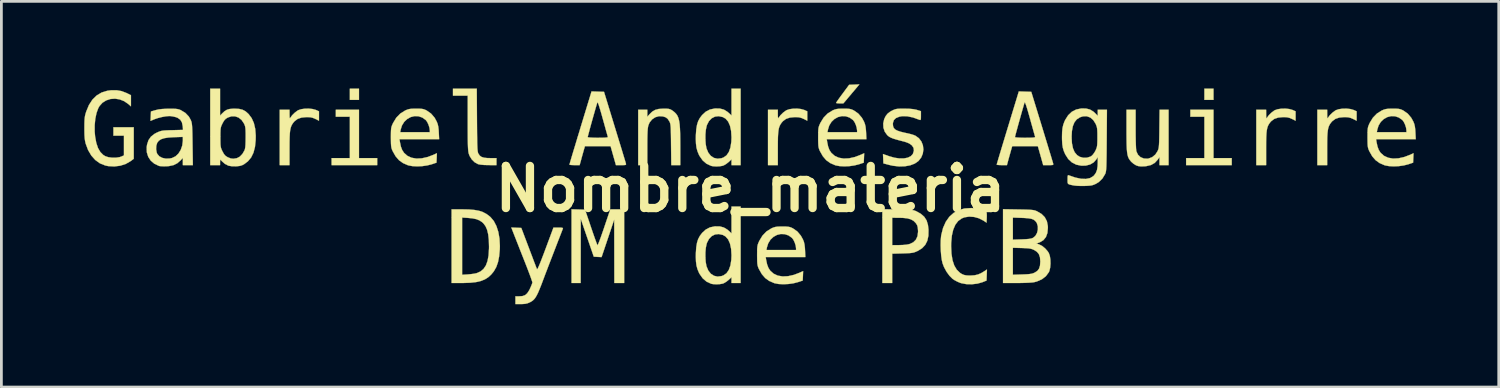
<source format=kicad_pcb>
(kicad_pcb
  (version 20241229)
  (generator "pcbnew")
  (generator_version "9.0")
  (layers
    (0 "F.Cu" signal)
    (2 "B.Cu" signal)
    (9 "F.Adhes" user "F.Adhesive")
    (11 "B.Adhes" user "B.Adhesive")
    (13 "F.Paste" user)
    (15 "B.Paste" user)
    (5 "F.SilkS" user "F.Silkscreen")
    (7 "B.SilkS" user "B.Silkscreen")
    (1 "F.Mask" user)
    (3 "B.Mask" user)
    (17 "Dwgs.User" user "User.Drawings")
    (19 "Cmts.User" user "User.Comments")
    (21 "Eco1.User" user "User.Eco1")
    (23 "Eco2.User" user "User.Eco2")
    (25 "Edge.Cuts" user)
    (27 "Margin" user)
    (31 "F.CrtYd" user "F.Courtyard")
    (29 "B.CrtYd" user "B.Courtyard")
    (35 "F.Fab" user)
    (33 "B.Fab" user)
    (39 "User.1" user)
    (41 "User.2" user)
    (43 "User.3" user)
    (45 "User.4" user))
  (footprint "Nombre_materia"
    (layer "F.Cu")
    (at 24.119 3.792)
    (property "Reference" "Nombre_materia" (at 0 0 0) (layer "F.SilkS") (effects (font (size 1.524 1.524) (thickness 0.3))))
    (attr through_hole)
    (fp_poly (pts (xy -14.173 -3.226) (xy -14.503 -3.226) (xy -14.503 -3.632) (xy -14.173 -3.632) (xy -14.173 -3.226)) (stroke (width 0.01) (type solid)) (fill yes) (layer "F.SilkS"))
    (fp_poly (pts (xy 16.764 -3.226) (xy 16.434 -3.226) (xy 16.434 -3.632) (xy 16.764 -3.632) (xy 16.764 -3.226)) (stroke (width 0.01) (type solid)) (fill yes) (layer "F.SilkS"))
    (fp_poly (pts (xy -14.173 -1.118) (xy -13.513 -1.118) (xy -13.513 -0.864) (xy -15.164 -0.864) (xy -15.164 -1.118) (xy -14.503 -1.118) (xy -14.503 -2.616) (xy -15.011 -2.616) (xy -15.011 -2.87) (xy -14.173 -2.87) (xy -14.173 -1.118)) (stroke (width 0.01) (type solid)) (fill yes) (layer "F.SilkS"))
    (fp_poly (pts (xy 16.764 -1.118) (xy 17.424 -1.118) (xy 17.424 -0.864) (xy 15.773 -0.864) (xy 15.773 -1.118) (xy 16.434 -1.118) (xy 16.434 -2.616) (xy 15.926 -2.616) (xy 15.926 -2.87) (xy 16.764 -2.87) (xy 16.764 -1.118)) (stroke (width 0.01) (type solid)) (fill yes) (layer "F.SilkS"))
    (fp_poly (pts (xy 3.87 -3.7) (xy 3.826 -3.647) (xy 3.758 -3.566) (xy 3.675 -3.468) (xy 3.587 -3.363) (xy 3.581 -3.357) (xy 3.365 -3.1) (xy 3.232 -3.099) (xy 3.158 -3.102) (xy 3.11 -3.11) (xy 3.1 -3.118) (xy 3.115 -3.144) (xy 3.155 -3.203) (xy 3.216 -3.288) (xy 3.291 -3.391) (xy 3.338 -3.454) (xy 3.573 -3.772) (xy 3.758 -3.779) (xy 3.943 -3.787) (xy 3.87 -3.7)) (stroke (width 0.01) (type solid)) (fill yes) (layer "F.SilkS"))
    (fp_poly (pts (xy -5.988 0.749) (xy -5.773 1.384) (xy -5.715 1.555) (xy -5.661 1.71) (xy -5.614 1.842) (xy -5.576 1.945) (xy -5.55 2.013) (xy -5.539 2.039) (xy -5.526 2.022) (xy -5.5 1.961) (xy -5.462 1.865) (xy -5.415 1.738) (xy -5.362 1.586) (xy -5.303 1.416) (xy -5.297 1.398) (xy -5.074 0.737) (xy -4.572 0.737) (xy -4.572 3.404) (xy -4.928 3.404) (xy -4.93 2.254) (xy -4.932 1.105) (xy -5.161 1.786) (xy -5.39 2.466) (xy -5.531 2.459) (xy -5.672 2.451) (xy -5.908 1.765) (xy -6.144 1.079) (xy -6.145 2.242) (xy -6.147 3.404) (xy -6.477 3.404) (xy -6.477 0.735) (xy -5.988 0.749)) (stroke (width 0.01) (type solid)) (fill yes) (layer "F.SilkS"))
    (fp_poly (pts (xy -15.851 -2.895) (xy -15.736 -2.863) (xy -15.728 -2.86) (xy -15.621 -2.812) (xy -15.621 -2.472) (xy -15.754 -2.538) (xy -15.841 -2.575) (xy -15.925 -2.595) (xy -16.027 -2.602) (xy -16.078 -2.602) (xy -16.253 -2.585) (xy -16.393 -2.537) (xy -16.505 -2.453) (xy -16.549 -2.402) (xy -16.59 -2.343) (xy -16.622 -2.282) (xy -16.646 -2.211) (xy -16.664 -2.124) (xy -16.676 -2.014) (xy -16.683 -1.874) (xy -16.687 -1.698) (xy -16.688 -1.477) (xy -16.688 -0.864) (xy -17.043 -0.864) (xy -17.043 -2.87) (xy -16.688 -2.87) (xy -16.687 -2.699) (xy -16.685 -2.611) (xy -16.68 -2.567) (xy -16.669 -2.562) (xy -16.658 -2.578) (xy -16.592 -2.669) (xy -16.499 -2.761) (xy -16.398 -2.837) (xy -16.37 -2.853) (xy -16.267 -2.888) (xy -16.135 -2.907) (xy -15.99 -2.91) (xy -15.851 -2.895)) (stroke (width 0.01) (type solid)) (fill yes) (layer "F.SilkS"))
    (fp_poly (pts (xy 1.827 -2.895) (xy 1.942 -2.863) (xy 1.95 -2.86) (xy 2.057 -2.812) (xy 2.057 -2.472) (xy 1.924 -2.538) (xy 1.837 -2.575) (xy 1.754 -2.595) (xy 1.651 -2.602) (xy 1.6 -2.602) (xy 1.426 -2.585) (xy 1.286 -2.537) (xy 1.174 -2.453) (xy 1.13 -2.402) (xy 1.089 -2.343) (xy 1.057 -2.282) (xy 1.032 -2.211) (xy 1.015 -2.124) (xy 1.003 -2.014) (xy 0.995 -1.874) (xy 0.992 -1.698) (xy 0.991 -1.477) (xy 0.991 -0.864) (xy 0.635 -0.864) (xy 0.635 -2.87) (xy 0.991 -2.87) (xy 0.991 -2.699) (xy 0.993 -2.611) (xy 0.999 -2.567) (xy 1.009 -2.562) (xy 1.02 -2.578) (xy 1.086 -2.669) (xy 1.179 -2.761) (xy 1.281 -2.837) (xy 1.308 -2.853) (xy 1.411 -2.888) (xy 1.544 -2.907) (xy 1.689 -2.91) (xy 1.827 -2.895)) (stroke (width 0.01) (type solid)) (fill yes) (layer "F.SilkS"))
    (fp_poly (pts (xy 19.506 -2.895) (xy 19.62 -2.863) (xy 19.628 -2.86) (xy 19.736 -2.812) (xy 19.736 -2.472) (xy 19.602 -2.538) (xy 19.515 -2.575) (xy 19.432 -2.595) (xy 19.33 -2.602) (xy 19.279 -2.602) (xy 19.104 -2.585) (xy 18.964 -2.537) (xy 18.852 -2.453) (xy 18.808 -2.402) (xy 18.767 -2.343) (xy 18.735 -2.282) (xy 18.711 -2.211) (xy 18.693 -2.124) (xy 18.681 -2.014) (xy 18.674 -1.874) (xy 18.67 -1.698) (xy 18.669 -1.477) (xy 18.669 -0.864) (xy 18.313 -0.864) (xy 18.313 -2.87) (xy 18.669 -2.87) (xy 18.67 -2.699) (xy 18.672 -2.611) (xy 18.677 -2.567) (xy 18.687 -2.562) (xy 18.699 -2.578) (xy 18.765 -2.669) (xy 18.858 -2.761) (xy 18.959 -2.837) (xy 18.986 -2.853) (xy 19.089 -2.888) (xy 19.222 -2.907) (xy 19.367 -2.91) (xy 19.506 -2.895)) (stroke (width 0.01) (type solid)) (fill yes) (layer "F.SilkS"))
    (fp_poly (pts (xy 21.716 -2.895) (xy 21.83 -2.863) (xy 21.838 -2.86) (xy 21.946 -2.812) (xy 21.946 -2.472) (xy 21.812 -2.538) (xy 21.725 -2.575) (xy 21.642 -2.595) (xy 21.54 -2.602) (xy 21.488 -2.602) (xy 21.314 -2.585) (xy 21.174 -2.537) (xy 21.062 -2.453) (xy 21.018 -2.402) (xy 20.977 -2.343) (xy 20.945 -2.282) (xy 20.92 -2.211) (xy 20.903 -2.124) (xy 20.891 -2.014) (xy 20.883 -1.874) (xy 20.88 -1.698) (xy 20.879 -1.477) (xy 20.879 -0.864) (xy 20.523 -0.864) (xy 20.523 -2.87) (xy 20.879 -2.87) (xy 20.88 -2.699) (xy 20.881 -2.611) (xy 20.887 -2.567) (xy 20.897 -2.562) (xy 20.908 -2.578) (xy 20.974 -2.669) (xy 21.068 -2.761) (xy 21.169 -2.837) (xy 21.196 -2.853) (xy 21.299 -2.888) (xy 21.432 -2.907) (xy 21.577 -2.91) (xy 21.716 -2.895)) (stroke (width 0.01) (type solid)) (fill yes) (layer "F.SilkS"))
    (fp_poly (pts (xy -9.901 -2.496) (xy -9.899 -2.223) (xy -9.897 -1.997) (xy -9.894 -1.812) (xy -9.892 -1.664) (xy -9.888 -1.548) (xy -9.884 -1.459) (xy -9.878 -1.393) (xy -9.871 -1.345) (xy -9.863 -1.311) (xy -9.853 -1.286) (xy -9.848 -1.277) (xy -9.799 -1.207) (xy -9.733 -1.16) (xy -9.642 -1.132) (xy -9.516 -1.119) (xy -9.425 -1.118) (xy -9.195 -1.118) (xy -9.195 -0.864) (xy -9.481 -0.865) (xy -9.641 -0.869) (xy -9.771 -0.881) (xy -9.861 -0.899) (xy -9.868 -0.902) (xy -9.985 -0.967) (xy -10.089 -1.07) (xy -10.168 -1.197) (xy -10.196 -1.272) (xy -10.207 -1.314) (xy -10.215 -1.368) (xy -10.222 -1.438) (xy -10.227 -1.529) (xy -10.231 -1.646) (xy -10.234 -1.796) (xy -10.235 -1.982) (xy -10.236 -2.21) (xy -10.236 -2.392) (xy -10.236 -3.378) (xy -10.77 -3.378) (xy -10.77 -3.632) (xy -9.908 -3.632) (xy -9.901 -2.496)) (stroke (width 0.01) (type solid)) (fill yes) (layer "F.SilkS"))
    (fp_poly (pts (xy 13.945 -2.165) (xy 13.946 -1.942) (xy 13.949 -1.747) (xy 13.954 -1.585) (xy 13.96 -1.462) (xy 13.968 -1.382) (xy 13.973 -1.361) (xy 14.03 -1.24) (xy 14.121 -1.153) (xy 14.239 -1.104) (xy 14.376 -1.097) (xy 14.412 -1.103) (xy 14.545 -1.153) (xy 14.657 -1.246) (xy 14.732 -1.359) (xy 14.751 -1.398) (xy 14.766 -1.436) (xy 14.777 -1.478) (xy 14.785 -1.532) (xy 14.791 -1.605) (xy 14.796 -1.702) (xy 14.799 -1.831) (xy 14.802 -1.999) (xy 14.804 -2.178) (xy 14.812 -2.87) (xy 15.138 -2.87) (xy 15.138 -0.864) (xy 14.808 -0.864) (xy 14.808 -1.155) (xy 14.744 -1.061) (xy 14.637 -0.945) (xy 14.498 -0.867) (xy 14.324 -0.826) (xy 14.252 -0.82) (xy 14.133 -0.818) (xy 14.046 -0.828) (xy 13.972 -0.852) (xy 13.957 -0.859) (xy 13.875 -0.909) (xy 13.794 -0.978) (xy 13.774 -0.999) (xy 13.732 -1.051) (xy 13.698 -1.104) (xy 13.671 -1.165) (xy 13.651 -1.239) (xy 13.636 -1.333) (xy 13.625 -1.452) (xy 13.619 -1.602) (xy 13.616 -1.788) (xy 13.614 -2.018) (xy 13.614 -2.113) (xy 13.614 -2.87) (xy 13.945 -2.87) (xy 13.945 -2.165)) (stroke (width 0.01) (type solid)) (fill yes) (layer "F.SilkS"))
    (fp_poly (pts (xy -3.035 -2.907) (xy -2.961 -2.9) (xy -2.905 -2.885) (xy -2.853 -2.857) (xy -2.816 -2.832) (xy -2.747 -2.778) (xy -2.691 -2.721) (xy -2.645 -2.654) (xy -2.61 -2.573) (xy -2.583 -2.471) (xy -2.564 -2.344) (xy -2.552 -2.185) (xy -2.544 -1.99) (xy -2.541 -1.753) (xy -2.54 -1.581) (xy -2.54 -0.864) (xy -2.866 -0.864) (xy -2.875 -1.607) (xy -2.877 -1.821) (xy -2.88 -1.992) (xy -2.883 -2.124) (xy -2.887 -2.223) (xy -2.893 -2.297) (xy -2.901 -2.351) (xy -2.911 -2.391) (xy -2.924 -2.424) (xy -2.938 -2.451) (xy -2.998 -2.541) (xy -3.069 -2.595) (xy -3.17 -2.628) (xy -3.17 -2.628) (xy -3.313 -2.635) (xy -3.446 -2.597) (xy -3.562 -2.519) (xy -3.652 -2.407) (xy -3.696 -2.304) (xy -3.708 -2.25) (xy -3.718 -2.178) (xy -3.725 -2.082) (xy -3.73 -1.956) (xy -3.733 -1.794) (xy -3.734 -1.59) (xy -3.734 -1.519) (xy -3.734 -0.864) (xy -4.064 -0.864) (xy -4.064 -2.87) (xy -3.734 -2.87) (xy -3.734 -2.614) (xy -3.654 -2.706) (xy -3.555 -2.801) (xy -3.449 -2.863) (xy -3.322 -2.897) (xy -3.162 -2.908) (xy -3.145 -2.908) (xy -3.035 -2.907)) (stroke (width 0.01) (type solid)) (fill yes) (layer "F.SilkS"))
    (fp_poly (pts (xy -10.433 0.737) (xy -10.191 0.742) (xy -9.991 0.759) (xy -9.824 0.79) (xy -9.683 0.838) (xy -9.558 0.904) (xy -9.443 0.99) (xy -9.408 1.021) (xy -9.291 1.161) (xy -9.197 1.342) (xy -9.128 1.556) (xy -9.086 1.798) (xy -9.072 2.063) (xy -9.075 2.186) (xy -9.098 2.436) (xy -9.139 2.646) (xy -9.201 2.823) (xy -9.288 2.977) (xy -9.38 3.091) (xy -9.49 3.193) (xy -9.615 3.272) (xy -9.761 3.331) (xy -9.935 3.371) (xy -10.144 3.394) (xy -10.395 3.403) (xy -10.433 3.403) (xy -10.82 3.404) (xy -10.82 3.106) (xy -10.439 3.106) (xy -10.23 3.093) (xy -10.115 3.082) (xy -10.006 3.067) (xy -9.922 3.05) (xy -9.914 3.047) (xy -9.775 2.987) (xy -9.664 2.895) (xy -9.579 2.77) (xy -9.519 2.607) (xy -9.481 2.405) (xy -9.466 2.159) (xy -9.465 2.083) (xy -9.472 1.839) (xy -9.495 1.638) (xy -9.535 1.475) (xy -9.593 1.345) (xy -9.671 1.241) (xy -9.716 1.2) (xy -9.811 1.137) (xy -9.924 1.092) (xy -10.066 1.063) (xy -10.23 1.047) (xy -10.439 1.034) (xy -10.439 3.106) (xy -10.82 3.106) (xy -10.82 0.737) (xy -10.433 0.737)) (stroke (width 0.01) (type solid)) (fill yes) (layer "F.SilkS"))
    (fp_poly (pts (xy 5.328 0.741) (xy 5.512 0.744) (xy 5.653 0.748) (xy 5.758 0.753) (xy 5.837 0.76) (xy 5.897 0.769) (xy 5.945 0.782) (xy 5.989 0.8) (xy 6.006 0.807) (xy 6.171 0.9) (xy 6.293 1.008) (xy 6.377 1.139) (xy 6.426 1.301) (xy 6.446 1.476) (xy 6.442 1.692) (xy 6.403 1.874) (xy 6.328 2.023) (xy 6.215 2.143) (xy 6.063 2.239) (xy 6.04 2.249) (xy 5.974 2.278) (xy 5.914 2.299) (xy 5.849 2.312) (xy 5.768 2.321) (xy 5.659 2.327) (xy 5.511 2.332) (xy 5.505 2.332) (xy 5.131 2.342) (xy 5.131 3.404) (xy 4.775 3.404) (xy 4.775 2.032) (xy 5.131 2.032) (xy 5.38 2.032) (xy 5.522 2.027) (xy 5.651 2.015) (xy 5.749 1.996) (xy 5.756 1.994) (xy 5.892 1.932) (xy 5.989 1.837) (xy 6.048 1.709) (xy 6.068 1.549) (xy 6.066 1.496) (xy 6.057 1.394) (xy 6.039 1.322) (xy 6.005 1.262) (xy 5.979 1.227) (xy 5.901 1.151) (xy 5.804 1.098) (xy 5.679 1.063) (xy 5.519 1.046) (xy 5.391 1.043) (xy 5.131 1.041) (xy 5.131 2.032) (xy 4.775 2.032) (xy 4.775 0.732) (xy 5.328 0.741)) (stroke (width 0.01) (type solid)) (fill yes) (layer "F.SilkS"))
    (fp_poly (pts (xy -22.77 -3.544) (xy -22.596 -3.478) (xy -22.562 -3.462) (xy -22.428 -3.395) (xy -22.428 -2.992) (xy -22.521 -3.073) (xy -22.673 -3.179) (xy -22.837 -3.244) (xy -23.005 -3.27) (xy -23.17 -3.258) (xy -23.324 -3.208) (xy -23.459 -3.123) (xy -23.567 -3.003) (xy -23.611 -2.926) (xy -23.675 -2.751) (xy -23.719 -2.541) (xy -23.741 -2.311) (xy -23.741 -2.073) (xy -23.725 -1.895) (xy -23.683 -1.667) (xy -23.621 -1.483) (xy -23.538 -1.34) (xy -23.433 -1.234) (xy -23.36 -1.189) (xy -23.251 -1.152) (xy -23.115 -1.133) (xy -22.971 -1.133) (xy -22.84 -1.153) (xy -22.777 -1.174) (xy -22.682 -1.217) (xy -22.682 -1.93) (xy -23.063 -1.93) (xy -23.063 -2.235) (xy -22.327 -2.235) (xy -22.327 -1.093) (xy -22.447 -1.004) (xy -22.62 -0.905) (xy -22.82 -0.842) (xy -23.034 -0.816) (xy -23.249 -0.828) (xy -23.361 -0.852) (xy -23.552 -0.929) (xy -23.72 -1.05) (xy -23.864 -1.212) (xy -23.981 -1.411) (xy -24.068 -1.645) (xy -24.07 -1.653) (xy -24.089 -1.739) (xy -24.103 -1.838) (xy -24.111 -1.96) (xy -24.114 -2.116) (xy -24.114 -2.21) (xy -24.113 -2.366) (xy -24.109 -2.484) (xy -24.102 -2.576) (xy -24.09 -2.653) (xy -24.071 -2.728) (xy -24.046 -2.807) (xy -23.948 -3.042) (xy -23.823 -3.235) (xy -23.67 -3.385) (xy -23.491 -3.492) (xy -23.283 -3.556) (xy -23.14 -3.575) (xy -22.944 -3.575) (xy -22.77 -3.544)) (stroke (width 0.01) (type solid)) (fill yes) (layer "F.SilkS"))
    (fp_poly (pts (xy -0.356 -0.864) (xy -0.686 -0.864) (xy -0.686 -1.073) (xy -0.797 -0.97) (xy -0.877 -0.908) (xy -0.961 -0.858) (xy -1.007 -0.84) (xy -1.113 -0.822) (xy -1.237 -0.816) (xy -1.354 -0.823) (xy -1.423 -0.837) (xy -1.589 -0.913) (xy -1.729 -1.033) (xy -1.843 -1.195) (xy -1.863 -1.232) (xy -1.917 -1.361) (xy -1.954 -1.495) (xy -1.973 -1.647) (xy -1.978 -1.795) (xy -1.631 -1.795) (xy -1.62 -1.626) (xy -1.595 -1.485) (xy -1.59 -1.465) (xy -1.525 -1.312) (xy -1.434 -1.198) (xy -1.321 -1.125) (xy -1.191 -1.096) (xy -1.05 -1.113) (xy -0.975 -1.141) (xy -0.866 -1.218) (xy -0.783 -1.338) (xy -0.725 -1.5) (xy -0.693 -1.704) (xy -0.686 -1.867) (xy -0.7 -2.1) (xy -0.741 -2.291) (xy -0.808 -2.441) (xy -0.902 -2.548) (xy -1.001 -2.604) (xy -1.147 -2.636) (xy -1.282 -2.621) (xy -1.402 -2.561) (xy -1.501 -2.459) (xy -1.574 -2.319) (xy -1.588 -2.274) (xy -1.616 -2.137) (xy -1.63 -1.972) (xy -1.631 -1.795) (xy -1.978 -1.795) (xy -1.979 -1.828) (xy -1.976 -1.958) (xy -1.962 -2.159) (xy -1.935 -2.321) (xy -1.893 -2.455) (xy -1.831 -2.571) (xy -1.749 -2.678) (xy -1.615 -2.801) (xy -1.467 -2.877) (xy -1.295 -2.913) (xy -1.283 -2.915) (xy -1.109 -2.912) (xy -0.963 -2.874) (xy -0.834 -2.795) (xy -0.798 -2.764) (xy -0.686 -2.661) (xy -0.686 -3.632) (xy -0.356 -3.632) (xy -0.356 -0.864)) (stroke (width 0.01) (type solid)) (fill yes) (layer "F.SilkS"))
    (fp_poly (pts (xy -0.356 3.404) (xy -0.686 3.404) (xy -0.686 3.194) (xy -0.797 3.297) (xy -0.877 3.359) (xy -0.961 3.409) (xy -1.007 3.427) (xy -1.113 3.445) (xy -1.237 3.451) (xy -1.354 3.444) (xy -1.423 3.431) (xy -1.589 3.354) (xy -1.729 3.234) (xy -1.843 3.073) (xy -1.863 3.035) (xy -1.917 2.906) (xy -1.954 2.772) (xy -1.973 2.62) (xy -1.978 2.472) (xy -1.631 2.472) (xy -1.62 2.641) (xy -1.595 2.782) (xy -1.59 2.802) (xy -1.525 2.955) (xy -1.434 3.069) (xy -1.321 3.142) (xy -1.191 3.172) (xy -1.05 3.154) (xy -0.975 3.127) (xy -0.866 3.049) (xy -0.783 2.929) (xy -0.725 2.767) (xy -0.693 2.563) (xy -0.686 2.4) (xy -0.7 2.167) (xy -0.741 1.976) (xy -0.808 1.826) (xy -0.902 1.719) (xy -1.001 1.663) (xy -1.147 1.631) (xy -1.282 1.646) (xy -1.402 1.706) (xy -1.501 1.808) (xy -1.574 1.948) (xy -1.588 1.993) (xy -1.616 2.13) (xy -1.63 2.296) (xy -1.631 2.472) (xy -1.978 2.472) (xy -1.979 2.439) (xy -1.976 2.309) (xy -1.962 2.108) (xy -1.935 1.946) (xy -1.893 1.813) (xy -1.831 1.697) (xy -1.749 1.589) (xy -1.615 1.467) (xy -1.467 1.39) (xy -1.295 1.354) (xy -1.283 1.353) (xy -1.109 1.355) (xy -0.963 1.394) (xy -0.834 1.472) (xy -0.798 1.503) (xy -0.686 1.607) (xy -0.686 0.635) (xy -0.356 0.635) (xy -0.356 3.404)) (stroke (width 0.01) (type solid)) (fill yes) (layer "F.SilkS"))
    (fp_poly (pts (xy 8.025 0.692) (xy 8.151 0.706) (xy 8.276 0.73) (xy 8.39 0.762) (xy 8.481 0.797) (xy 8.538 0.833) (xy 8.55 0.85) (xy 8.555 0.89) (xy 8.557 0.964) (xy 8.555 1.05) (xy 8.547 1.219) (xy 8.436 1.145) (xy 8.272 1.061) (xy 8.095 1.012) (xy 7.917 1) (xy 7.749 1.026) (xy 7.65 1.065) (xy 7.52 1.159) (xy 7.417 1.294) (xy 7.341 1.472) (xy 7.291 1.691) (xy 7.267 1.954) (xy 7.265 2.07) (xy 7.278 2.345) (xy 7.315 2.578) (xy 7.378 2.769) (xy 7.468 2.921) (xy 7.585 3.035) (xy 7.658 3.081) (xy 7.729 3.111) (xy 7.811 3.128) (xy 7.92 3.134) (xy 7.963 3.134) (xy 8.115 3.124) (xy 8.246 3.093) (xy 8.376 3.033) (xy 8.478 2.97) (xy 8.562 2.915) (xy 8.555 3.115) (xy 8.547 3.315) (xy 8.395 3.376) (xy 8.217 3.426) (xy 8.019 3.449) (xy 7.818 3.445) (xy 7.636 3.411) (xy 7.593 3.398) (xy 7.487 3.353) (xy 7.381 3.296) (xy 7.316 3.252) (xy 7.204 3.14) (xy 7.098 2.994) (xy 7.008 2.827) (xy 6.956 2.694) (xy 6.927 2.569) (xy 6.905 2.409) (xy 6.891 2.228) (xy 6.885 2.04) (xy 6.888 1.862) (xy 6.902 1.707) (xy 6.908 1.667) (xy 6.973 1.41) (xy 7.071 1.189) (xy 7.199 1.007) (xy 7.357 0.865) (xy 7.541 0.764) (xy 7.752 0.705) (xy 7.986 0.691) (xy 8.025 0.692)) (stroke (width 0.01) (type solid)) (fill yes) (layer "F.SilkS"))
    (fp_poly (pts (xy -8.477 1.402) (xy -8.296 1.41) (xy -8.022 2.134) (xy -7.953 2.316) (xy -7.889 2.485) (xy -7.833 2.634) (xy -7.786 2.756) (xy -7.752 2.845) (xy -7.732 2.895) (xy -7.729 2.903) (xy -7.717 2.901) (xy -7.695 2.865) (xy -7.661 2.792) (xy -7.614 2.68) (xy -7.554 2.526) (xy -7.478 2.328) (xy -7.42 2.173) (xy -7.132 1.397) (xy -6.954 1.397) (xy -6.859 1.399) (xy -6.807 1.406) (xy -6.788 1.421) (xy -6.79 1.432) (xy -6.802 1.464) (xy -6.83 1.537) (xy -6.872 1.645) (xy -6.925 1.782) (xy -6.988 1.943) (xy -7.056 2.12) (xy -7.087 2.2) (xy -7.164 2.4) (xy -7.241 2.599) (xy -7.315 2.79) (xy -7.38 2.962) (xy -7.436 3.107) (xy -7.476 3.215) (xy -7.482 3.23) (xy -7.563 3.446) (xy -7.632 3.619) (xy -7.69 3.756) (xy -7.743 3.862) (xy -7.792 3.942) (xy -7.841 4.002) (xy -7.893 4.048) (xy -7.952 4.085) (xy -7.983 4.101) (xy -8.067 4.137) (xy -8.15 4.157) (xy -8.252 4.165) (xy -8.311 4.166) (xy -8.509 4.166) (xy -8.509 3.886) (xy -8.379 3.886) (xy -8.254 3.877) (xy -8.159 3.843) (xy -8.083 3.777) (xy -8.014 3.673) (xy -7.986 3.617) (xy -7.944 3.524) (xy -7.912 3.444) (xy -7.895 3.392) (xy -7.894 3.385) (xy -7.903 3.351) (xy -7.928 3.276) (xy -7.967 3.166) (xy -8.019 3.027) (xy -8.08 2.866) (xy -8.149 2.689) (xy -8.178 2.616) (xy -8.255 2.421) (xy -8.331 2.229) (xy -8.402 2.047) (xy -8.466 1.886) (xy -8.518 1.753) (xy -8.556 1.656) (xy -8.561 1.644) (xy -8.658 1.395) (xy -8.477 1.402)) (stroke (width 0.01) (type solid)) (fill yes) (layer "F.SilkS"))
    (fp_poly (pts (xy -5.528 -3.525) (xy -5.302 -3.518) (xy -4.913 -2.248) (xy -4.838 -2.002) (xy -4.767 -1.77) (xy -4.701 -1.557) (xy -4.643 -1.366) (xy -4.594 -1.203) (xy -4.554 -1.072) (xy -4.526 -0.979) (xy -4.511 -0.928) (xy -4.509 -0.921) (xy -4.504 -0.892) (xy -4.515 -0.874) (xy -4.551 -0.866) (xy -4.622 -0.864) (xy -4.683 -0.864) (xy -4.87 -0.864) (xy -4.967 -1.206) (xy -5.064 -1.549) (xy -5.992 -1.549) (xy -6.028 -1.429) (xy -6.051 -1.347) (xy -6.082 -1.236) (xy -6.115 -1.118) (xy -6.123 -1.086) (xy -6.184 -0.864) (xy -6.369 -0.864) (xy -6.458 -0.866) (xy -6.524 -0.872) (xy -6.553 -0.881) (xy -6.554 -0.883) (xy -6.546 -0.91) (xy -6.526 -0.981) (xy -6.493 -1.092) (xy -6.45 -1.238) (xy -6.397 -1.414) (xy -6.335 -1.617) (xy -6.268 -1.841) (xy -6.257 -1.878) (xy -5.893 -1.878) (xy -5.869 -1.869) (xy -5.802 -1.862) (xy -5.701 -1.857) (xy -5.573 -1.854) (xy -5.522 -1.854) (xy -5.371 -1.855) (xy -5.266 -1.859) (xy -5.2 -1.865) (xy -5.167 -1.874) (xy -5.162 -1.886) (xy -5.172 -1.918) (xy -5.193 -1.993) (xy -5.224 -2.102) (xy -5.262 -2.24) (xy -5.306 -2.399) (xy -5.348 -2.549) (xy -5.406 -2.757) (xy -5.454 -2.917) (xy -5.49 -3.033) (xy -5.517 -3.105) (xy -5.535 -3.136) (xy -5.543 -3.133) (xy -5.555 -3.096) (xy -5.578 -3.019) (xy -5.61 -2.91) (xy -5.647 -2.779) (xy -5.689 -2.632) (xy -5.732 -2.479) (xy -5.774 -2.328) (xy -5.813 -2.186) (xy -5.846 -2.061) (xy -5.872 -1.963) (xy -5.889 -1.899) (xy -5.893 -1.878) (xy -6.257 -1.878) (xy -6.194 -2.082) (xy -6.154 -2.217) (xy -5.753 -3.532) (xy -5.528 -3.525)) (stroke (width 0.01) (type solid)) (fill yes) (layer "F.SilkS"))
    (fp_poly (pts (xy 9.941 -3.525) (xy 10.166 -3.518) (xy 10.556 -2.248) (xy 10.631 -2.002) (xy 10.702 -1.77) (xy 10.767 -1.557) (xy 10.825 -1.366) (xy 10.875 -1.203) (xy 10.914 -1.072) (xy 10.942 -0.979) (xy 10.957 -0.928) (xy 10.959 -0.921) (xy 10.964 -0.892) (xy 10.953 -0.874) (xy 10.917 -0.866) (xy 10.846 -0.864) (xy 10.786 -0.864) (xy 10.598 -0.864) (xy 10.502 -1.206) (xy 10.405 -1.549) (xy 9.476 -1.549) (xy 9.441 -1.429) (xy 9.418 -1.347) (xy 9.387 -1.236) (xy 9.354 -1.118) (xy 9.345 -1.086) (xy 9.285 -0.864) (xy 9.1 -0.864) (xy 9.01 -0.866) (xy 8.945 -0.872) (xy 8.915 -0.881) (xy 8.915 -0.883) (xy 8.922 -0.91) (xy 8.943 -0.981) (xy 8.975 -1.092) (xy 9.019 -1.238) (xy 9.072 -1.414) (xy 9.133 -1.617) (xy 9.201 -1.841) (xy 9.212 -1.878) (xy 9.576 -1.878) (xy 9.6 -1.869) (xy 9.667 -1.862) (xy 9.768 -1.857) (xy 9.895 -1.854) (xy 9.947 -1.854) (xy 10.097 -1.855) (xy 10.203 -1.859) (xy 10.269 -1.865) (xy 10.301 -1.874) (xy 10.307 -1.886) (xy 10.297 -1.918) (xy 10.276 -1.993) (xy 10.245 -2.102) (xy 10.207 -2.24) (xy 10.162 -2.399) (xy 10.121 -2.549) (xy 10.062 -2.757) (xy 10.015 -2.917) (xy 9.978 -3.033) (xy 9.951 -3.105) (xy 9.934 -3.136) (xy 9.926 -3.133) (xy 9.913 -3.096) (xy 9.89 -3.019) (xy 9.859 -2.91) (xy 9.821 -2.779) (xy 9.78 -2.632) (xy 9.737 -2.479) (xy 9.695 -2.328) (xy 9.656 -2.186) (xy 9.622 -2.061) (xy 9.596 -1.963) (xy 9.58 -1.899) (xy 9.576 -1.878) (xy 9.212 -1.878) (xy 9.274 -2.082) (xy 9.315 -2.217) (xy 9.716 -3.532) (xy 9.941 -3.525)) (stroke (width 0.01) (type solid)) (fill yes) (layer "F.SilkS"))
    (fp_poly (pts (xy -11.981 -2.907) (xy -11.894 -2.901) (xy -11.827 -2.887) (xy -11.766 -2.863) (xy -11.72 -2.84) (xy -11.562 -2.729) (xy -11.434 -2.579) (xy -11.359 -2.441) (xy -11.324 -2.353) (xy -11.302 -2.258) (xy -11.288 -2.141) (xy -11.283 -2.053) (xy -11.271 -1.803) (xy -12.706 -1.803) (xy -12.689 -1.695) (xy -12.656 -1.537) (xy -12.61 -1.414) (xy -12.546 -1.315) (xy -12.542 -1.309) (xy -12.421 -1.201) (xy -12.271 -1.132) (xy -12.095 -1.101) (xy -11.899 -1.11) (xy -11.685 -1.158) (xy -11.496 -1.23) (xy -11.352 -1.294) (xy -11.359 -1.123) (xy -11.367 -0.953) (xy -11.544 -0.893) (xy -11.705 -0.853) (xy -11.885 -0.827) (xy -12.069 -0.819) (xy -12.239 -0.828) (xy -12.38 -0.854) (xy -12.398 -0.859) (xy -12.578 -0.937) (xy -12.725 -1.043) (xy -12.847 -1.184) (xy -12.951 -1.367) (xy -12.959 -1.384) (xy -12.983 -1.441) (xy -12.999 -1.497) (xy -13.009 -1.564) (xy -13.015 -1.653) (xy -13.017 -1.774) (xy -13.018 -1.867) (xy -13.017 -2.009) (xy -13.016 -2.057) (xy -12.68 -2.057) (xy -11.608 -2.057) (xy -11.608 -2.116) (xy -11.621 -2.216) (xy -11.656 -2.327) (xy -11.704 -2.428) (xy -11.753 -2.495) (xy -11.88 -2.586) (xy -12.019 -2.633) (xy -12.161 -2.638) (xy -12.299 -2.604) (xy -12.426 -2.534) (xy -12.535 -2.431) (xy -12.617 -2.298) (xy -12.663 -2.151) (xy -12.68 -2.057) (xy -13.016 -2.057) (xy -13.014 -2.113) (xy -13.008 -2.189) (xy -12.996 -2.249) (xy -12.976 -2.306) (xy -12.947 -2.371) (xy -12.937 -2.391) (xy -12.823 -2.58) (xy -12.676 -2.731) (xy -12.501 -2.841) (xy -12.501 -2.841) (xy -12.425 -2.873) (xy -12.356 -2.893) (xy -12.277 -2.904) (xy -12.171 -2.908) (xy -12.103 -2.908) (xy -11.981 -2.907)) (stroke (width 0.01) (type solid)) (fill yes) (layer "F.SilkS"))
    (fp_poly (pts (xy 1.278 1.36) (xy 1.365 1.367) (xy 1.431 1.38) (xy 1.493 1.404) (xy 1.539 1.427) (xy 1.697 1.538) (xy 1.824 1.689) (xy 1.9 1.826) (xy 1.935 1.914) (xy 1.957 2.009) (xy 1.971 2.126) (xy 1.976 2.215) (xy 1.988 2.464) (xy 0.552 2.464) (xy 0.569 2.572) (xy 0.603 2.731) (xy 0.649 2.853) (xy 0.712 2.952) (xy 0.717 2.958) (xy 0.838 3.066) (xy 0.988 3.136) (xy 1.163 3.166) (xy 1.36 3.157) (xy 1.573 3.109) (xy 1.763 3.037) (xy 1.907 2.974) (xy 1.9 3.144) (xy 1.892 3.315) (xy 1.714 3.374) (xy 1.554 3.415) (xy 1.373 3.44) (xy 1.19 3.448) (xy 1.02 3.44) (xy 0.879 3.413) (xy 0.861 3.408) (xy 0.681 3.33) (xy 0.534 3.224) (xy 0.412 3.083) (xy 0.308 2.9) (xy 0.3 2.883) (xy 0.276 2.826) (xy 0.26 2.77) (xy 0.249 2.703) (xy 0.244 2.614) (xy 0.242 2.493) (xy 0.241 2.4) (xy 0.242 2.258) (xy 0.243 2.21) (xy 0.579 2.21) (xy 1.651 2.21) (xy 1.651 2.151) (xy 1.638 2.051) (xy 1.603 1.94) (xy 1.555 1.839) (xy 1.506 1.772) (xy 1.378 1.681) (xy 1.24 1.635) (xy 1.098 1.63) (xy 0.96 1.663) (xy 0.833 1.733) (xy 0.724 1.836) (xy 0.642 1.969) (xy 0.596 2.116) (xy 0.579 2.21) (xy 0.243 2.21) (xy 0.244 2.155) (xy 0.251 2.079) (xy 0.263 2.018) (xy 0.283 1.961) (xy 0.312 1.896) (xy 0.321 1.876) (xy 0.436 1.687) (xy 0.582 1.536) (xy 0.758 1.426) (xy 0.758 1.426) (xy 0.833 1.394) (xy 0.903 1.374) (xy 0.982 1.363) (xy 1.088 1.359) (xy 1.156 1.359) (xy 1.278 1.36)) (stroke (width 0.01) (type solid)) (fill yes) (layer "F.SilkS"))
    (fp_poly (pts (xy 3.488 -2.907) (xy 3.575 -2.901) (xy 3.641 -2.887) (xy 3.703 -2.863) (xy 3.749 -2.84) (xy 3.906 -2.729) (xy 4.034 -2.579) (xy 4.11 -2.441) (xy 4.144 -2.353) (xy 4.167 -2.258) (xy 4.18 -2.141) (xy 4.186 -2.053) (xy 4.198 -1.803) (xy 2.762 -1.803) (xy 2.779 -1.695) (xy 2.812 -1.537) (xy 2.858 -1.414) (xy 2.922 -1.315) (xy 2.927 -1.309) (xy 3.048 -1.201) (xy 3.198 -1.132) (xy 3.373 -1.101) (xy 3.57 -1.11) (xy 3.783 -1.158) (xy 3.973 -1.23) (xy 4.117 -1.294) (xy 4.11 -1.123) (xy 4.102 -0.953) (xy 3.924 -0.893) (xy 3.763 -0.853) (xy 3.583 -0.827) (xy 3.4 -0.819) (xy 3.23 -0.828) (xy 3.088 -0.854) (xy 3.071 -0.859) (xy 2.891 -0.937) (xy 2.743 -1.043) (xy 2.622 -1.184) (xy 2.518 -1.367) (xy 2.509 -1.384) (xy 2.486 -1.441) (xy 2.469 -1.497) (xy 2.459 -1.564) (xy 2.454 -1.653) (xy 2.451 -1.774) (xy 2.451 -1.867) (xy 2.452 -2.009) (xy 2.453 -2.057) (xy 2.788 -2.057) (xy 3.861 -2.057) (xy 3.861 -2.116) (xy 3.847 -2.216) (xy 3.813 -2.327) (xy 3.765 -2.428) (xy 3.715 -2.495) (xy 3.588 -2.586) (xy 3.45 -2.633) (xy 3.308 -2.638) (xy 3.169 -2.604) (xy 3.042 -2.534) (xy 2.934 -2.431) (xy 2.852 -2.298) (xy 2.806 -2.151) (xy 2.788 -2.057) (xy 2.453 -2.057) (xy 2.454 -2.113) (xy 2.461 -2.189) (xy 2.473 -2.249) (xy 2.493 -2.306) (xy 2.522 -2.371) (xy 2.531 -2.391) (xy 2.646 -2.58) (xy 2.792 -2.731) (xy 2.968 -2.841) (xy 2.968 -2.841) (xy 3.043 -2.873) (xy 3.112 -2.893) (xy 3.192 -2.904) (xy 3.298 -2.908) (xy 3.365 -2.908) (xy 3.488 -2.907)) (stroke (width 0.01) (type solid)) (fill yes) (layer "F.SilkS"))
    (fp_poly (pts (xy 23.376 -2.907) (xy 23.463 -2.901) (xy 23.529 -2.887) (xy 23.591 -2.863) (xy 23.637 -2.84) (xy 23.795 -2.729) (xy 23.922 -2.579) (xy 23.998 -2.441) (xy 24.033 -2.353) (xy 24.055 -2.258) (xy 24.069 -2.141) (xy 24.074 -2.053) (xy 24.086 -1.803) (xy 22.65 -1.803) (xy 22.667 -1.695) (xy 22.701 -1.537) (xy 22.747 -1.414) (xy 22.81 -1.315) (xy 22.815 -1.309) (xy 22.936 -1.201) (xy 23.086 -1.132) (xy 23.261 -1.101) (xy 23.458 -1.11) (xy 23.671 -1.158) (xy 23.861 -1.23) (xy 24.005 -1.294) (xy 23.998 -1.123) (xy 23.99 -0.953) (xy 23.812 -0.893) (xy 23.652 -0.853) (xy 23.471 -0.827) (xy 23.288 -0.819) (xy 23.118 -0.828) (xy 22.977 -0.854) (xy 22.959 -0.859) (xy 22.779 -0.937) (xy 22.632 -1.043) (xy 22.51 -1.184) (xy 22.406 -1.367) (xy 22.398 -1.384) (xy 22.374 -1.441) (xy 22.358 -1.497) (xy 22.347 -1.564) (xy 22.342 -1.653) (xy 22.34 -1.774) (xy 22.339 -1.867) (xy 22.34 -2.009) (xy 22.341 -2.057) (xy 22.677 -2.057) (xy 23.749 -2.057) (xy 23.749 -2.116) (xy 23.736 -2.216) (xy 23.701 -2.327) (xy 23.653 -2.428) (xy 23.604 -2.495) (xy 23.476 -2.586) (xy 23.338 -2.633) (xy 23.196 -2.638) (xy 23.058 -2.604) (xy 22.931 -2.534) (xy 22.822 -2.431) (xy 22.74 -2.298) (xy 22.694 -2.151) (xy 22.677 -2.057) (xy 22.341 -2.057) (xy 22.342 -2.113) (xy 22.349 -2.189) (xy 22.361 -2.249) (xy 22.381 -2.306) (xy 22.41 -2.371) (xy 22.419 -2.391) (xy 22.534 -2.58) (xy 22.68 -2.731) (xy 22.856 -2.841) (xy 22.856 -2.841) (xy 22.931 -2.873) (xy 23.001 -2.893) (xy 23.08 -2.904) (xy 23.186 -2.908) (xy 23.254 -2.908) (xy 23.376 -2.907)) (stroke (width 0.01) (type solid)) (fill yes) (layer "F.SilkS"))
    (fp_poly (pts (xy 5.752 -2.904) (xy 5.891 -2.891) (xy 6.001 -2.87) (xy 6.026 -2.863) (xy 6.172 -2.818) (xy 6.172 -2.651) (xy 6.171 -2.562) (xy 6.165 -2.514) (xy 6.151 -2.498) (xy 6.128 -2.502) (xy 5.887 -2.589) (xy 5.674 -2.633) (xy 5.488 -2.636) (xy 5.388 -2.617) (xy 5.268 -2.568) (xy 5.192 -2.495) (xy 5.159 -2.396) (xy 5.156 -2.356) (xy 5.163 -2.275) (xy 5.187 -2.211) (xy 5.234 -2.159) (xy 5.311 -2.115) (xy 5.423 -2.076) (xy 5.576 -2.038) (xy 5.677 -2.017) (xy 5.787 -1.991) (xy 5.889 -1.961) (xy 5.964 -1.932) (xy 5.971 -1.929) (xy 6.097 -1.839) (xy 6.188 -1.72) (xy 6.243 -1.582) (xy 6.261 -1.433) (xy 6.24 -1.282) (xy 6.181 -1.139) (xy 6.081 -1.013) (xy 6.079 -1.011) (xy 5.949 -0.92) (xy 5.784 -0.857) (xy 5.592 -0.822) (xy 5.381 -0.816) (xy 5.159 -0.841) (xy 5.029 -0.87) (xy 4.813 -0.927) (xy 4.806 -1.096) (xy 4.798 -1.265) (xy 5.022 -1.186) (xy 5.213 -1.132) (xy 5.394 -1.106) (xy 5.557 -1.107) (xy 5.697 -1.134) (xy 5.806 -1.188) (xy 5.878 -1.266) (xy 5.881 -1.272) (xy 5.917 -1.385) (xy 5.905 -1.488) (xy 5.846 -1.578) (xy 5.742 -1.652) (xy 5.595 -1.708) (xy 5.575 -1.713) (xy 5.397 -1.759) (xy 5.26 -1.797) (xy 5.158 -1.829) (xy 5.082 -1.86) (xy 5.024 -1.891) (xy 4.978 -1.927) (xy 4.95 -1.953) (xy 4.862 -2.075) (xy 4.814 -2.219) (xy 4.807 -2.374) (xy 4.842 -2.529) (xy 4.896 -2.64) (xy 4.964 -2.727) (xy 5.054 -2.796) (xy 5.117 -2.832) (xy 5.184 -2.864) (xy 5.241 -2.886) (xy 5.301 -2.899) (xy 5.378 -2.906) (xy 5.485 -2.908) (xy 5.574 -2.908) (xy 5.752 -2.904)) (stroke (width 0.01) (type solid)) (fill yes) (layer "F.SilkS"))
    (fp_poly (pts (xy -19.202 -2.657) (xy -19.121 -2.74) (xy -19.036 -2.819) (xy -18.952 -2.869) (xy -18.857 -2.896) (xy -18.733 -2.907) (xy -18.669 -2.908) (xy -18.509 -2.899) (xy -18.382 -2.867) (xy -18.275 -2.808) (xy -18.172 -2.716) (xy -18.17 -2.714) (xy -18.058 -2.565) (xy -17.978 -2.387) (xy -17.929 -2.178) (xy -17.91 -1.933) (xy -17.913 -1.772) (xy -17.938 -1.524) (xy -17.993 -1.314) (xy -18.077 -1.142) (xy -18.194 -1.002) (xy -18.321 -0.905) (xy -18.402 -0.861) (xy -18.484 -0.836) (xy -18.588 -0.823) (xy -18.625 -0.821) (xy -18.774 -0.823) (xy -18.889 -0.842) (xy -18.906 -0.848) (xy -19.024 -0.908) (xy -19.129 -0.999) (xy -19.156 -1.029) (xy -19.184 -1.057) (xy -19.197 -1.054) (xy -19.201 -1.011) (xy -19.202 -0.972) (xy -19.202 -0.864) (xy -19.558 -0.864) (xy -19.558 -1.867) (xy -19.19 -1.867) (xy -19.189 -1.724) (xy -19.187 -1.621) (xy -19.18 -1.546) (xy -19.168 -1.488) (xy -19.149 -1.434) (xy -19.121 -1.374) (xy -19.113 -1.359) (xy -19.061 -1.265) (xy -19.009 -1.204) (xy -18.942 -1.159) (xy -18.924 -1.149) (xy -18.816 -1.106) (xy -18.718 -1.095) (xy -18.604 -1.114) (xy -18.588 -1.118) (xy -18.487 -1.171) (xy -18.394 -1.268) (xy -18.32 -1.394) (xy -18.302 -1.443) (xy -18.29 -1.508) (xy -18.282 -1.597) (xy -18.278 -1.72) (xy -18.276 -1.867) (xy -18.276 -2.017) (xy -18.279 -2.126) (xy -18.285 -2.206) (xy -18.295 -2.265) (xy -18.311 -2.315) (xy -18.334 -2.366) (xy -18.336 -2.37) (xy -18.423 -2.499) (xy -18.533 -2.587) (xy -18.66 -2.631) (xy -18.795 -2.63) (xy -18.923 -2.586) (xy -18.996 -2.541) (xy -19.051 -2.483) (xy -19.103 -2.396) (xy -19.113 -2.375) (xy -19.144 -2.312) (xy -19.165 -2.258) (xy -19.178 -2.202) (xy -19.186 -2.131) (xy -19.189 -2.036) (xy -19.19 -1.903) (xy -19.19 -1.867) (xy -19.558 -1.867) (xy -19.558 -3.632) (xy -19.202 -3.632) (xy -19.202 -2.657)) (stroke (width 0.01) (type solid)) (fill yes) (layer "F.SilkS"))
    (fp_poly (pts (xy 9.696 0.741) (xy 9.88 0.744) (xy 10.021 0.748) (xy 10.127 0.753) (xy 10.206 0.76) (xy 10.265 0.769) (xy 10.313 0.782) (xy 10.358 0.8) (xy 10.376 0.808) (xy 10.539 0.904) (xy 10.657 1.023) (xy 10.732 1.167) (xy 10.766 1.341) (xy 10.768 1.41) (xy 10.751 1.592) (xy 10.697 1.739) (xy 10.608 1.85) (xy 10.482 1.927) (xy 10.451 1.939) (xy 10.351 1.973) (xy 10.449 2.006) (xy 10.56 2.062) (xy 10.67 2.152) (xy 10.764 2.26) (xy 10.803 2.322) (xy 10.839 2.425) (xy 10.859 2.558) (xy 10.863 2.704) (xy 10.851 2.845) (xy 10.823 2.964) (xy 10.804 3.01) (xy 10.697 3.156) (xy 10.551 3.269) (xy 10.368 3.349) (xy 10.267 3.375) (xy 10.198 3.384) (xy 10.09 3.392) (xy 9.952 3.398) (xy 9.796 3.402) (xy 9.638 3.404) (xy 9.144 3.404) (xy 9.144 3.105) (xy 9.5 3.105) (xy 9.836 3.095) (xy 9.982 3.089) (xy 10.089 3.081) (xy 10.168 3.07) (xy 10.231 3.053) (xy 10.289 3.028) (xy 10.291 3.027) (xy 10.387 2.965) (xy 10.449 2.883) (xy 10.483 2.772) (xy 10.493 2.626) (xy 10.482 2.476) (xy 10.443 2.361) (xy 10.373 2.275) (xy 10.273 2.21) (xy 10.214 2.183) (xy 10.154 2.164) (xy 10.083 2.151) (xy 9.988 2.144) (xy 9.857 2.138) (xy 9.823 2.137) (xy 9.5 2.128) (xy 9.5 3.105) (xy 9.144 3.105) (xy 9.144 1.835) (xy 9.5 1.835) (xy 9.823 1.824) (xy 9.977 1.817) (xy 10.089 1.807) (xy 10.169 1.792) (xy 10.226 1.771) (xy 10.232 1.768) (xy 10.315 1.698) (xy 10.374 1.595) (xy 10.404 1.476) (xy 10.404 1.352) (xy 10.37 1.24) (xy 10.345 1.197) (xy 10.297 1.144) (xy 10.241 1.105) (xy 10.165 1.078) (xy 10.062 1.061) (xy 9.923 1.05) (xy 9.823 1.046) (xy 9.5 1.035) (xy 9.5 1.835) (xy 9.144 1.835) (xy 9.144 0.732) (xy 9.696 0.741)) (stroke (width 0.01) (type solid)) (fill yes) (layer "F.SilkS"))
    (fp_poly (pts (xy -20.815 -2.902) (xy -20.741 -2.893) (xy -20.681 -2.878) (xy -20.624 -2.855) (xy -20.624 -2.855) (xy -20.458 -2.754) (xy -20.333 -2.623) (xy -20.268 -2.508) (xy -20.251 -2.468) (xy -20.237 -2.428) (xy -20.227 -2.381) (xy -20.219 -2.322) (xy -20.213 -2.244) (xy -20.208 -2.14) (xy -20.204 -2.005) (xy -20.201 -1.831) (xy -20.198 -1.619) (xy -20.187 -0.864) (xy -20.549 -0.864) (xy -20.549 -1.128) (xy -20.631 -1.037) (xy -20.751 -0.932) (xy -20.888 -0.864) (xy -21.052 -0.829) (xy -21.145 -0.822) (xy -21.251 -0.821) (xy -21.343 -0.825) (xy -21.406 -0.833) (xy -21.412 -0.835) (xy -21.58 -0.914) (xy -21.711 -1.026) (xy -21.803 -1.166) (xy -21.854 -1.33) (xy -21.857 -1.441) (xy -21.517 -1.441) (xy -21.497 -1.323) (xy -21.477 -1.272) (xy -21.405 -1.186) (xy -21.299 -1.128) (xy -21.168 -1.099) (xy -21.023 -1.104) (xy -20.942 -1.121) (xy -20.817 -1.181) (xy -20.71 -1.281) (xy -20.626 -1.415) (xy -20.571 -1.572) (xy -20.549 -1.745) (xy -20.549 -1.76) (xy -20.549 -1.886) (xy -20.872 -1.875) (xy -21.07 -1.863) (xy -21.223 -1.839) (xy -21.338 -1.801) (xy -21.42 -1.747) (xy -21.476 -1.676) (xy -21.479 -1.669) (xy -21.511 -1.565) (xy -21.517 -1.441) (xy -21.857 -1.441) (xy -21.859 -1.513) (xy -21.845 -1.608) (xy -21.793 -1.767) (xy -21.705 -1.894) (xy -21.577 -1.995) (xy -21.493 -2.04) (xy -21.425 -2.07) (xy -21.367 -2.092) (xy -21.306 -2.107) (xy -21.233 -2.117) (xy -21.135 -2.123) (xy -21.002 -2.128) (xy -20.933 -2.129) (xy -20.543 -2.14) (xy -20.554 -2.272) (xy -20.582 -2.409) (xy -20.642 -2.508) (xy -20.739 -2.577) (xy -20.809 -2.603) (xy -20.907 -2.626) (xy -21.006 -2.64) (xy -21.042 -2.641) (xy -21.166 -2.631) (xy -21.313 -2.604) (xy -21.463 -2.565) (xy -21.592 -2.52) (xy -21.598 -2.517) (xy -21.719 -2.465) (xy -21.712 -2.635) (xy -21.704 -2.806) (xy -21.539 -2.854) (xy -21.429 -2.88) (xy -21.299 -2.896) (xy -21.137 -2.904) (xy -21.057 -2.906) (xy -20.917 -2.906) (xy -20.815 -2.902)) (stroke (width 0.01) (type solid)) (fill yes) (layer "F.SilkS"))
    (fp_poly (pts (xy 12.148 -2.913) (xy 12.291 -2.877) (xy 12.415 -2.802) (xy 12.465 -2.757) (xy 12.573 -2.648) (xy 12.573 -2.87) (xy 12.906 -2.87) (xy 12.898 -1.759) (xy 12.896 -1.49) (xy 12.894 -1.267) (xy 12.891 -1.085) (xy 12.888 -0.94) (xy 12.885 -0.826) (xy 12.88 -0.738) (xy 12.874 -0.672) (xy 12.867 -0.624) (xy 12.858 -0.587) (xy 12.848 -0.557) (xy 12.843 -0.546) (xy 12.742 -0.379) (xy 12.612 -0.252) (xy 12.505 -0.187) (xy 12.432 -0.155) (xy 12.363 -0.133) (xy 12.284 -0.121) (xy 12.177 -0.114) (xy 12.093 -0.111) (xy 11.967 -0.11) (xy 11.847 -0.114) (xy 11.75 -0.122) (xy 11.709 -0.128) (xy 11.602 -0.149) (xy 11.535 -0.167) (xy 11.498 -0.19) (xy 11.483 -0.227) (xy 11.48 -0.287) (xy 11.481 -0.346) (xy 11.482 -0.435) (xy 11.488 -0.483) (xy 11.502 -0.5) (xy 11.525 -0.495) (xy 11.76 -0.414) (xy 11.967 -0.37) (xy 12.146 -0.364) (xy 12.295 -0.395) (xy 12.411 -0.464) (xy 12.444 -0.497) (xy 12.507 -0.587) (xy 12.547 -0.692) (xy 12.568 -0.826) (xy 12.573 -0.965) (xy 12.573 -1.156) (xy 12.525 -1.077) (xy 12.428 -0.965) (xy 12.298 -0.888) (xy 12.139 -0.847) (xy 11.978 -0.844) (xy 11.795 -0.881) (xy 11.637 -0.962) (xy 11.505 -1.085) (xy 11.397 -1.254) (xy 11.395 -1.258) (xy 11.344 -1.375) (xy 11.309 -1.493) (xy 11.289 -1.624) (xy 11.28 -1.785) (xy 11.279 -1.88) (xy 11.627 -1.88) (xy 11.639 -1.655) (xy 11.676 -1.473) (xy 11.737 -1.331) (xy 11.825 -1.227) (xy 11.921 -1.165) (xy 12.048 -1.13) (xy 12.184 -1.133) (xy 12.308 -1.172) (xy 12.349 -1.197) (xy 12.403 -1.251) (xy 12.46 -1.333) (xy 12.494 -1.395) (xy 12.521 -1.457) (xy 12.54 -1.513) (xy 12.551 -1.576) (xy 12.557 -1.657) (xy 12.56 -1.769) (xy 12.56 -1.88) (xy 12.56 -2.021) (xy 12.556 -2.124) (xy 12.549 -2.2) (xy 12.536 -2.26) (xy 12.515 -2.317) (xy 12.494 -2.365) (xy 12.409 -2.498) (xy 12.302 -2.588) (xy 12.178 -2.633) (xy 12.041 -2.631) (xy 11.931 -2.596) (xy 11.817 -2.524) (xy 11.731 -2.418) (xy 11.672 -2.277) (xy 11.638 -2.096) (xy 11.627 -1.88) (xy 11.279 -1.88) (xy 11.283 -2.06) (xy 11.297 -2.204) (xy 11.325 -2.327) (xy 11.367 -2.442) (xy 11.395 -2.501) (xy 11.503 -2.671) (xy 11.635 -2.796) (xy 11.792 -2.877) (xy 11.974 -2.914) (xy 11.975 -2.915) (xy 12.148 -2.913)) (stroke (width 0.01) (type solid)) (fill yes) (layer "F.SilkS")))
  (gr_rect
    (start -3 -3)
    (end 51.21 10.963)
    (stroke (width 0.1) (type default))
    (fill no)
    (layer "Edge.Cuts")))
</source>
